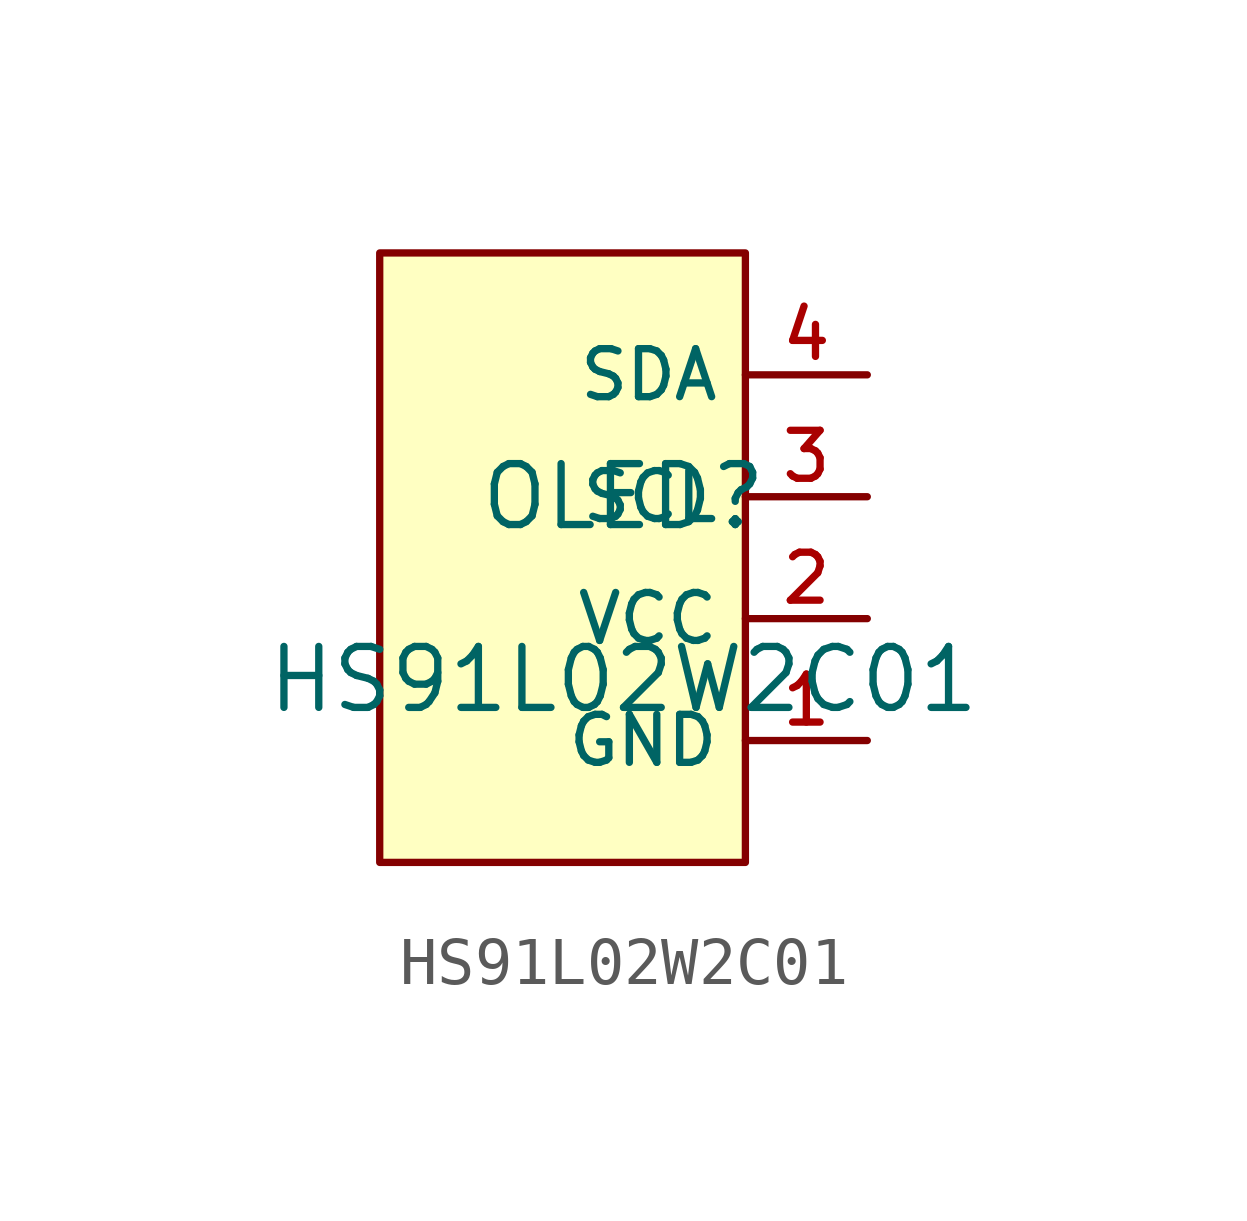
<source format=kicad_sym>
(kicad_symbol_lib
  (version 20210201)
  (generator TousstNicolas/JLC2KiCad_lib)
  (symbol "HS91L02W2C01"
    (property "Reference" "OLED"
      (at 0 1.27 0)
      (effects (font (size 1.27 1.27))))
    (property "Value" "HS91L02W2C01"
      (at 0 -2.54 0)
      (effects (font (size 1.27 1.27))))
    (symbol "HS91L02W2C01_0_1"
      (rectangle (start -5.08 6.35) (end 2.54 -6.35) (stroke (width 0) (type default) (color 0 0 0 0)) (fill (type background)))
      (pin unspecified line (at 5.08 -3.81 180) (length 2.54) (name "GND" (effects (font (size 1 1)))) (number "1" (effects (font (size 1 1)))))
      (pin unspecified line (at 5.08 -1.27 180) (length 2.54) (name "VCC" (effects (font (size 1 1)))) (number "2" (effects (font (size 1 1)))))
      (pin unspecified line (at 5.08 1.27 180) (length 2.54) (name "SCL" (effects (font (size 1 1)))) (number "3" (effects (font (size 1 1)))))
      (pin unspecified line (at 5.08 3.81 180) (length 2.54) (name "SDA" (effects (font (size 1 1)))) (number "4" (effects (font (size 1 1))))))))
</source>
